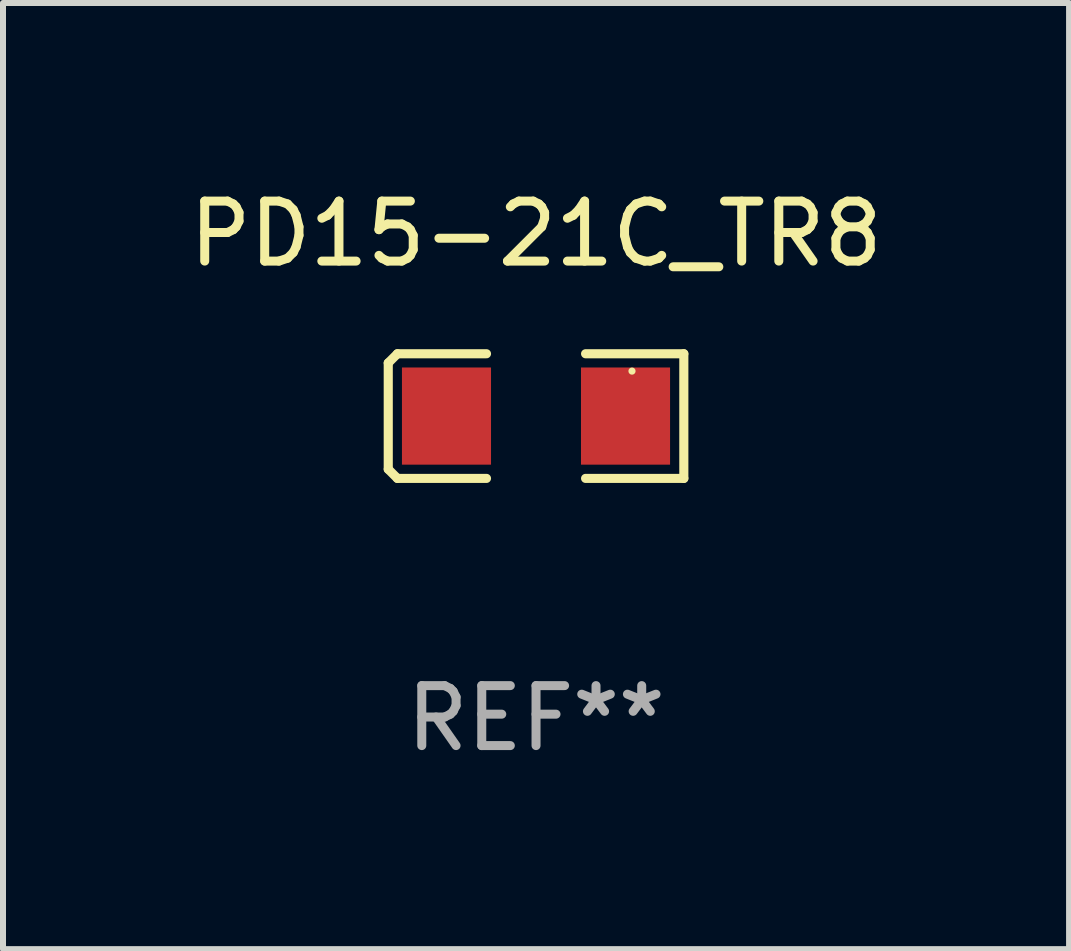
<source format=kicad_pcb>
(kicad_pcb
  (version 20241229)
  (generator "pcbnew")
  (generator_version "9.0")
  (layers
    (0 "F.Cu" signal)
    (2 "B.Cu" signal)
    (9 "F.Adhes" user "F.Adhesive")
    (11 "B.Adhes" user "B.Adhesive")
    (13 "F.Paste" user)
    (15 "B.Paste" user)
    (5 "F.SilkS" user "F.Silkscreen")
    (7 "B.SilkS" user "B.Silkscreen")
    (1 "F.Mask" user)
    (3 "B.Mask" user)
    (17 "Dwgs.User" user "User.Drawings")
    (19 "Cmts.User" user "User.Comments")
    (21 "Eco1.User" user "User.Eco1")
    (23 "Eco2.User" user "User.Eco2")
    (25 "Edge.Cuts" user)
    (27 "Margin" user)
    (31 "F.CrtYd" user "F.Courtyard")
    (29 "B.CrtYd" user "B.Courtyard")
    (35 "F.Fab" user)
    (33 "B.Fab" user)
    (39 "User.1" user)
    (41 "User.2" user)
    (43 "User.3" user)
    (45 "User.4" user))
  (footprint "PD15-21C_TR8"
    (layer "F.Cu")
    (at 5.887 3.887)
    (property "Reference" "PD15-21C_TR8" (at 0 -3.039 0) (layer "F.SilkS") (effects (font (size 1 1) (thickness 0.15))))
    (attr through_hole)
    (fp_line (start -2.464 -0.886) (end -2.311 -1.039) (stroke (width 0.152) (type solid)) (layer "F.SilkS"))
    (fp_line (start -2.464 0.886) (end -2.464 -0.886) (stroke (width 0.152) (type solid)) (layer "F.SilkS"))
    (fp_line (start -2.311 -1.039) (end -0.826 -1.039) (stroke (width 0.152) (type solid)) (layer "F.SilkS"))
    (fp_line (start -2.311 1.039) (end -2.464 0.886) (stroke (width 0.152) (type solid)) (layer "F.SilkS"))
    (fp_line (start -0.826 1.039) (end -2.311 1.039) (stroke (width 0.152) (type solid)) (layer "F.SilkS"))
    (fp_line (start 0.826 1.039) (end 2.464 1.039) (stroke (width 0.152) (type solid)) (layer "F.SilkS"))
    (fp_line (start 2.464 -1.039) (end 0.826 -1.039) (stroke (width 0.152) (type solid)) (layer "F.SilkS"))
    (fp_line (start 2.464 1.039) (end 2.464 -1.039) (stroke (width 0.152) (type solid)) (layer "F.SilkS"))
    (fp_circle (center 1.6 -0.75) (end 1.63 -0.75) (stroke (width 0.06) (type solid)) (fill no) (layer "F.SilkS"))
    (fp_text user "REF**" (at 0 5.039 0) (layer "F.Fab") (effects (font (size 1 1) (thickness 0.15))))
    (pad "1" smd rect (at 1.492 0) (size 1.485 1.62) (layers "F.Cu" "F.Mask" "F.Paste"))
    (pad "2" smd rect (at -1.493 0) (size 1.485 1.62) (layers "F.Cu" "F.Mask" "F.Paste")))
  (gr_rect
    (start -3 -3)
    (end 14.774 12.774)
    (stroke (width 0.1) (type default))
    (fill no)
    (layer "Edge.Cuts")))
</source>
